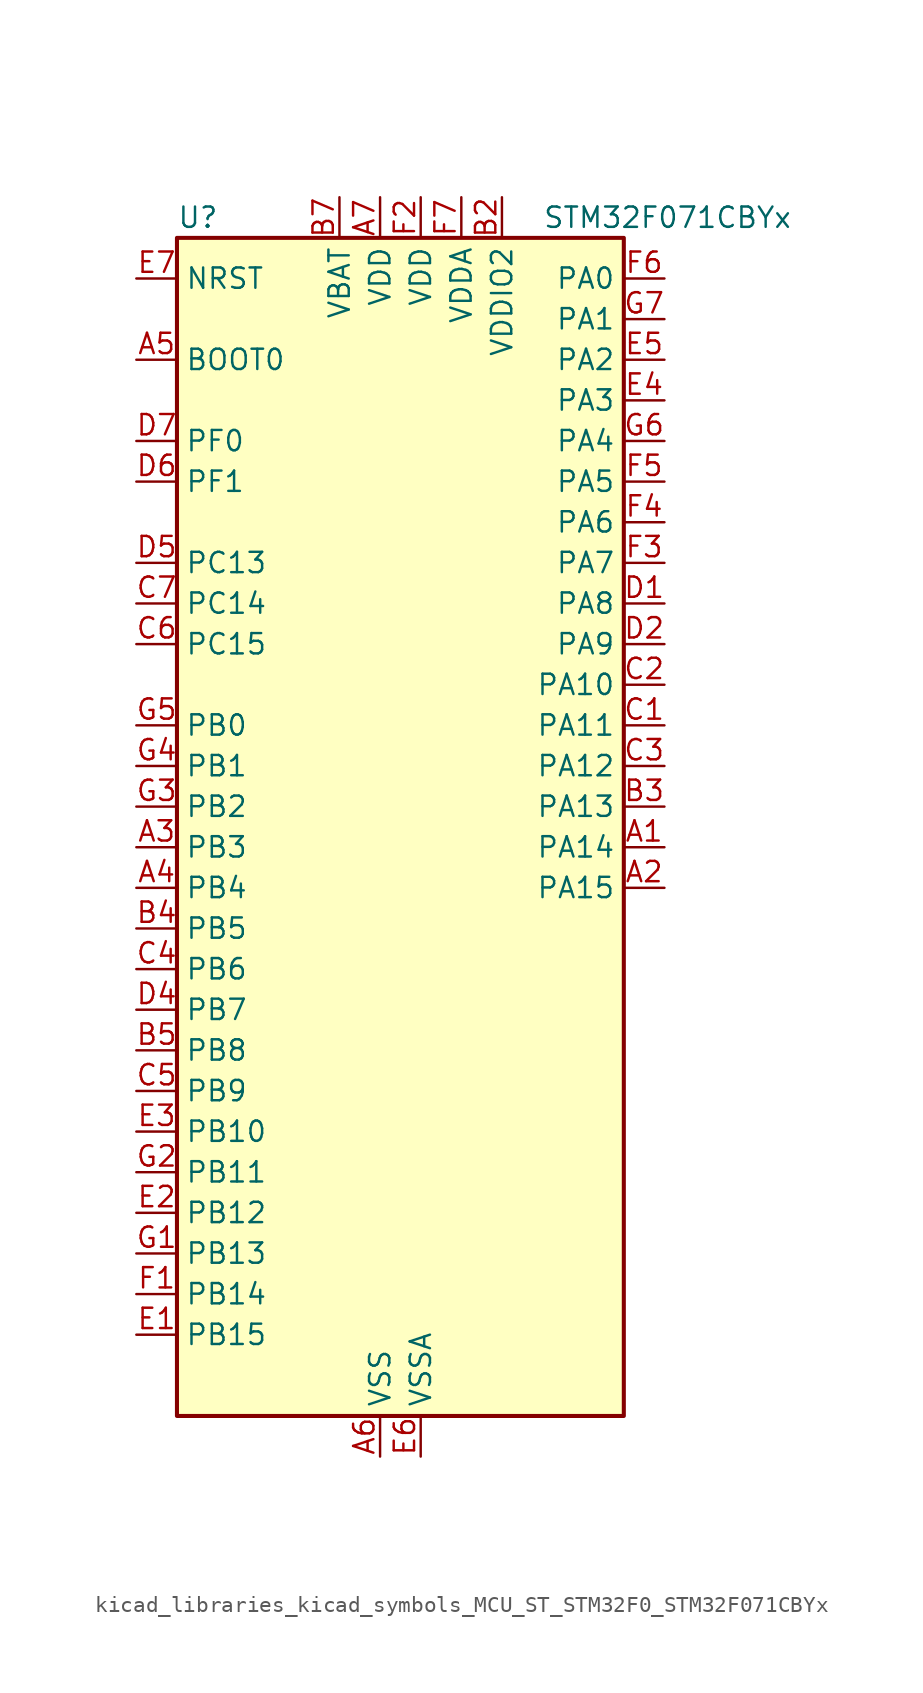
<source format=kicad_sym>
(kicad_symbol_lib
  (version 20220914)
  (generator kicad_symbol_editor)
  (symbol "kicad_libraries_kicad_symbols_MCU_ST_STM32F0_STM32F071CBYx"
    (property "Reference" "U"
      (at -12.7 39.37 0)
      (effects (font (size 1.27 1.27)) (justify left)))
    (property "Value" "STM32F071CBYx"
      (at 10.16 39.37 0)
      (effects (font (size 1.27 1.27)) (justify left)))
    (property "ki_locked" ""
      (at 0 0 0)
      (effects (font (size 1.27 1.27))))
    (symbol "kicad_libraries_kicad_symbols_MCU_ST_STM32F0_STM32F071CBYx_0_1"
      (rectangle (start -12.7 -35.56) (end 15.24 38.1) (stroke (width 0.254) (type default)) (fill (type background))))
    (symbol "kicad_libraries_kicad_symbols_MCU_ST_STM32F0_STM32F071CBYx_1_1"
      (pin bidirectional line (at 17.78 0 180) (length 2.54) (name "PA14" (effects (font (size 1.27 1.27)))) (number "A1" (effects (font (size 1.27 1.27)))) (alternate "SYS_SWCLK" bidirectional line) (alternate "USART2_TX" bidirectional line))
      (pin bidirectional line (at 17.78 -2.54 180) (length 2.54) (name "PA15" (effects (font (size 1.27 1.27)))) (number "A2" (effects (font (size 1.27 1.27)))) (alternate "I2S1_WS" bidirectional line) (alternate "SPI1_NSS" bidirectional line) (alternate "TIM2_CH1" bidirectional line) (alternate "TIM2_ETR" bidirectional line) (alternate "USART2_RX" bidirectional line) (alternate "USART4_DE" bidirectional line) (alternate "USART4_RTS" bidirectional line))
      (pin bidirectional line (at -15.24 0 0) (length 2.54) (name "PB3" (effects (font (size 1.27 1.27)))) (number "A3" (effects (font (size 1.27 1.27)))) (alternate "I2S1_CK" bidirectional line) (alternate "SPI1_SCK" bidirectional line) (alternate "TIM2_CH2" bidirectional line) (alternate "TSC_G5_IO1" bidirectional line))
      (pin bidirectional line (at -15.24 -2.54 0) (length 2.54) (name "PB4" (effects (font (size 1.27 1.27)))) (number "A4" (effects (font (size 1.27 1.27)))) (alternate "I2S1_MCK" bidirectional line) (alternate "SPI1_MISO" bidirectional line) (alternate "TIM17_BKIN" bidirectional line) (alternate "TIM3_CH1" bidirectional line) (alternate "TSC_G5_IO2" bidirectional line))
      (pin input line (at -15.24 30.48 0) (length 2.54) (name "BOOT0" (effects (font (size 1.27 1.27)))) (number "A5" (effects (font (size 1.27 1.27)))))
      (pin power_in line (at 0 -38.1 90) (length 2.54) (name "VSS" (effects (font (size 1.27 1.27)))) (number "A6" (effects (font (size 1.27 1.27)))))
      (pin power_in line (at 0 40.64 270) (length 2.54) (name "VDD" (effects (font (size 1.27 1.27)))) (number "A7" (effects (font (size 1.27 1.27)))))
      (pin passive line (at 0 -38.1 90) (length 2.54) hide (name "VSS" (effects (font (size 1.27 1.27)))) (number "B1" (effects (font (size 1.27 1.27)))))
      (pin power_in line (at 7.62 40.64 270) (length 2.54) (name "VDDIO2" (effects (font (size 1.27 1.27)))) (number "B2" (effects (font (size 1.27 1.27)))))
      (pin bidirectional line (at 17.78 2.54 180) (length 2.54) (name "PA13" (effects (font (size 1.27 1.27)))) (number "B3" (effects (font (size 1.27 1.27)))) (alternate "IR_OUT" bidirectional line) (alternate "SYS_SWDIO" bidirectional line))
      (pin bidirectional line (at -15.24 -5.08 0) (length 2.54) (name "PB5" (effects (font (size 1.27 1.27)))) (number "B4" (effects (font (size 1.27 1.27)))) (alternate "I2C1_SMBA" bidirectional line) (alternate "I2S1_SD" bidirectional line) (alternate "SPI1_MOSI" bidirectional line) (alternate "SYS_WKUP6" bidirectional line) (alternate "TIM16_BKIN" bidirectional line) (alternate "TIM3_CH2" bidirectional line))
      (pin bidirectional line (at -15.24 -12.7 0) (length 2.54) (name "PB8" (effects (font (size 1.27 1.27)))) (number "B5" (effects (font (size 1.27 1.27)))) (alternate "CEC" bidirectional line) (alternate "I2C1_SCL" bidirectional line) (alternate "TIM16_CH1" bidirectional line) (alternate "TSC_SYNC" bidirectional line))
      (pin no_connect line (at -12.7 -35.56 0) (length 2.54) hide (name "NC" (effects (font (size 1.27 1.27)))) (number "B6" (effects (font (size 1.27 1.27)))))
      (pin power_in line (at -2.54 40.64 270) (length 2.54) (name "VBAT" (effects (font (size 1.27 1.27)))) (number "B7" (effects (font (size 1.27 1.27)))))
      (pin bidirectional line (at 17.78 7.62 180) (length 2.54) (name "PA11" (effects (font (size 1.27 1.27)))) (number "C1" (effects (font (size 1.27 1.27)))) (alternate "COMP1_OUT" bidirectional line) (alternate "TIM1_CH4" bidirectional line) (alternate "TSC_G4_IO3" bidirectional line) (alternate "USART1_CTS" bidirectional line))
      (pin bidirectional line (at 17.78 10.16 180) (length 2.54) (name "PA10" (effects (font (size 1.27 1.27)))) (number "C2" (effects (font (size 1.27 1.27)))) (alternate "TIM17_BKIN" bidirectional line) (alternate "TIM1_CH3" bidirectional line) (alternate "TSC_G4_IO2" bidirectional line) (alternate "USART1_RX" bidirectional line))
      (pin bidirectional line (at 17.78 5.08 180) (length 2.54) (name "PA12" (effects (font (size 1.27 1.27)))) (number "C3" (effects (font (size 1.27 1.27)))) (alternate "COMP2_OUT" bidirectional line) (alternate "TIM1_ETR" bidirectional line) (alternate "TSC_G4_IO4" bidirectional line) (alternate "USART1_DE" bidirectional line) (alternate "USART1_RTS" bidirectional line))
      (pin bidirectional line (at -15.24 -7.62 0) (length 2.54) (name "PB6" (effects (font (size 1.27 1.27)))) (number "C4" (effects (font (size 1.27 1.27)))) (alternate "I2C1_SCL" bidirectional line) (alternate "TIM16_CH1N" bidirectional line) (alternate "TSC_G5_IO3" bidirectional line) (alternate "USART1_TX" bidirectional line))
      (pin bidirectional line (at -15.24 -15.24 0) (length 2.54) (name "PB9" (effects (font (size 1.27 1.27)))) (number "C5" (effects (font (size 1.27 1.27)))) (alternate "DAC_EXTI9" bidirectional line) (alternate "I2C1_SDA" bidirectional line) (alternate "I2S2_WS" bidirectional line) (alternate "IR_OUT" bidirectional line) (alternate "SPI2_NSS" bidirectional line) (alternate "TIM17_CH1" bidirectional line))
      (pin bidirectional line (at -15.24 12.7 0) (length 2.54) (name "PC15" (effects (font (size 1.27 1.27)))) (number "C6" (effects (font (size 1.27 1.27)))) (alternate "RCC_OSC32_OUT" bidirectional line))
      (pin bidirectional line (at -15.24 15.24 0) (length 2.54) (name "PC14" (effects (font (size 1.27 1.27)))) (number "C7" (effects (font (size 1.27 1.27)))) (alternate "RCC_OSC32_IN" bidirectional line))
      (pin bidirectional line (at 17.78 15.24 180) (length 2.54) (name "PA8" (effects (font (size 1.27 1.27)))) (number "D1" (effects (font (size 1.27 1.27)))) (alternate "CRS_SYNC" bidirectional line) (alternate "RCC_MCO" bidirectional line) (alternate "TIM1_CH1" bidirectional line) (alternate "USART1_CK" bidirectional line))
      (pin bidirectional line (at 17.78 12.7 180) (length 2.54) (name "PA9" (effects (font (size 1.27 1.27)))) (number "D2" (effects (font (size 1.27 1.27)))) (alternate "DAC_EXTI9" bidirectional line) (alternate "TIM15_BKIN" bidirectional line) (alternate "TIM1_CH2" bidirectional line) (alternate "TSC_G4_IO1" bidirectional line) (alternate "USART1_TX" bidirectional line))
      (pin passive line (at 0 -38.1 90) (length 2.54) hide (name "VSS" (effects (font (size 1.27 1.27)))) (number "D3" (effects (font (size 1.27 1.27)))))
      (pin bidirectional line (at -15.24 -10.16 0) (length 2.54) (name "PB7" (effects (font (size 1.27 1.27)))) (number "D4" (effects (font (size 1.27 1.27)))) (alternate "I2C1_SDA" bidirectional line) (alternate "TIM17_CH1N" bidirectional line) (alternate "TSC_G5_IO4" bidirectional line) (alternate "USART1_RX" bidirectional line) (alternate "USART4_CTS" bidirectional line))
      (pin bidirectional line (at -15.24 17.78 0) (length 2.54) (name "PC13" (effects (font (size 1.27 1.27)))) (number "D5" (effects (font (size 1.27 1.27)))) (alternate "RTC_OUT_ALARM" bidirectional line) (alternate "RTC_OUT_CALIB" bidirectional line) (alternate "RTC_TAMP1" bidirectional line) (alternate "RTC_TS" bidirectional line) (alternate "SYS_WKUP2" bidirectional line))
      (pin bidirectional line (at -15.24 22.86 0) (length 2.54) (name "PF1" (effects (font (size 1.27 1.27)))) (number "D6" (effects (font (size 1.27 1.27)))) (alternate "RCC_OSC_OUT" bidirectional line))
      (pin bidirectional line (at -15.24 25.4 0) (length 2.54) (name "PF0" (effects (font (size 1.27 1.27)))) (number "D7" (effects (font (size 1.27 1.27)))) (alternate "CRS_SYNC" bidirectional line) (alternate "RCC_OSC_IN" bidirectional line))
      (pin bidirectional line (at -15.24 -30.48 0) (length 2.54) (name "PB15" (effects (font (size 1.27 1.27)))) (number "E1" (effects (font (size 1.27 1.27)))) (alternate "I2S2_SD" bidirectional line) (alternate "RTC_REFIN" bidirectional line) (alternate "SPI2_MOSI" bidirectional line) (alternate "SYS_WKUP7" bidirectional line) (alternate "TIM15_CH1N" bidirectional line) (alternate "TIM15_CH2" bidirectional line) (alternate "TIM1_CH3N" bidirectional line))
      (pin bidirectional line (at -15.24 -22.86 0) (length 2.54) (name "PB12" (effects (font (size 1.27 1.27)))) (number "E2" (effects (font (size 1.27 1.27)))) (alternate "I2S2_WS" bidirectional line) (alternate "SPI2_NSS" bidirectional line) (alternate "TIM15_BKIN" bidirectional line) (alternate "TIM1_BKIN" bidirectional line) (alternate "TSC_G6_IO2" bidirectional line) (alternate "USART3_CK" bidirectional line))
      (pin bidirectional line (at -15.24 -17.78 0) (length 2.54) (name "PB10" (effects (font (size 1.27 1.27)))) (number "E3" (effects (font (size 1.27 1.27)))) (alternate "CEC" bidirectional line) (alternate "I2C2_SCL" bidirectional line) (alternate "I2S2_CK" bidirectional line) (alternate "SPI2_SCK" bidirectional line) (alternate "TIM2_CH3" bidirectional line) (alternate "TSC_SYNC" bidirectional line) (alternate "USART3_TX" bidirectional line))
      (pin bidirectional line (at 17.78 27.94 180) (length 2.54) (name "PA3" (effects (font (size 1.27 1.27)))) (number "E4" (effects (font (size 1.27 1.27)))) (alternate "ADC_IN3" bidirectional line) (alternate "COMP2_INP" bidirectional line) (alternate "TIM15_CH2" bidirectional line) (alternate "TIM2_CH4" bidirectional line) (alternate "TSC_G1_IO4" bidirectional line) (alternate "USART2_RX" bidirectional line))
      (pin bidirectional line (at 17.78 30.48 180) (length 2.54) (name "PA2" (effects (font (size 1.27 1.27)))) (number "E5" (effects (font (size 1.27 1.27)))) (alternate "ADC_IN2" bidirectional line) (alternate "COMP2_INM" bidirectional line) (alternate "COMP2_OUT" bidirectional line) (alternate "SYS_WKUP4" bidirectional line) (alternate "TIM15_CH1" bidirectional line) (alternate "TIM2_CH3" bidirectional line) (alternate "TSC_G1_IO3" bidirectional line) (alternate "USART2_TX" bidirectional line))
      (pin power_in line (at 2.54 -38.1 90) (length 2.54) (name "VSSA" (effects (font (size 1.27 1.27)))) (number "E6" (effects (font (size 1.27 1.27)))))
      (pin input line (at -15.24 35.56 0) (length 2.54) (name "NRST" (effects (font (size 1.27 1.27)))) (number "E7" (effects (font (size 1.27 1.27)))))
      (pin bidirectional line (at -15.24 -27.94 0) (length 2.54) (name "PB14" (effects (font (size 1.27 1.27)))) (number "F1" (effects (font (size 1.27 1.27)))) (alternate "I2C2_SDA" bidirectional line) (alternate "I2S2_MCK" bidirectional line) (alternate "SPI2_MISO" bidirectional line) (alternate "TIM15_CH1" bidirectional line) (alternate "TIM1_CH2N" bidirectional line) (alternate "TSC_G6_IO4" bidirectional line) (alternate "USART3_DE" bidirectional line) (alternate "USART3_RTS" bidirectional line))
      (pin power_in line (at 2.54 40.64 270) (length 2.54) (name "VDD" (effects (font (size 1.27 1.27)))) (number "F2" (effects (font (size 1.27 1.27)))))
      (pin bidirectional line (at 17.78 17.78 180) (length 2.54) (name "PA7" (effects (font (size 1.27 1.27)))) (number "F3" (effects (font (size 1.27 1.27)))) (alternate "ADC_IN7" bidirectional line) (alternate "COMP2_OUT" bidirectional line) (alternate "I2S1_SD" bidirectional line) (alternate "SPI1_MOSI" bidirectional line) (alternate "TIM14_CH1" bidirectional line) (alternate "TIM17_CH1" bidirectional line) (alternate "TIM1_CH1N" bidirectional line) (alternate "TIM3_CH2" bidirectional line) (alternate "TSC_G2_IO4" bidirectional line))
      (pin bidirectional line (at 17.78 20.32 180) (length 2.54) (name "PA6" (effects (font (size 1.27 1.27)))) (number "F4" (effects (font (size 1.27 1.27)))) (alternate "ADC_IN6" bidirectional line) (alternate "COMP1_OUT" bidirectional line) (alternate "I2S1_MCK" bidirectional line) (alternate "SPI1_MISO" bidirectional line) (alternate "TIM16_CH1" bidirectional line) (alternate "TIM1_BKIN" bidirectional line) (alternate "TIM3_CH1" bidirectional line) (alternate "TSC_G2_IO3" bidirectional line) (alternate "USART3_CTS" bidirectional line))
      (pin bidirectional line (at 17.78 22.86 180) (length 2.54) (name "PA5" (effects (font (size 1.27 1.27)))) (number "F5" (effects (font (size 1.27 1.27)))) (alternate "ADC_IN5" bidirectional line) (alternate "CEC" bidirectional line) (alternate "COMP1_INM" bidirectional line) (alternate "COMP2_INM" bidirectional line) (alternate "DAC_OUT2" bidirectional line) (alternate "I2S1_CK" bidirectional line) (alternate "SPI1_SCK" bidirectional line) (alternate "TIM2_CH1" bidirectional line) (alternate "TIM2_ETR" bidirectional line) (alternate "TSC_G2_IO2" bidirectional line))
      (pin bidirectional line (at 17.78 35.56 180) (length 2.54) (name "PA0" (effects (font (size 1.27 1.27)))) (number "F6" (effects (font (size 1.27 1.27)))) (alternate "ADC_IN0" bidirectional line) (alternate "COMP1_INM" bidirectional line) (alternate "COMP1_OUT" bidirectional line) (alternate "RTC_TAMP2" bidirectional line) (alternate "SYS_WKUP1" bidirectional line) (alternate "TIM2_CH1" bidirectional line) (alternate "TIM2_ETR" bidirectional line) (alternate "TSC_G1_IO1" bidirectional line) (alternate "USART2_CTS" bidirectional line) (alternate "USART4_TX" bidirectional line))
      (pin power_in line (at 5.08 40.64 270) (length 2.54) (name "VDDA" (effects (font (size 1.27 1.27)))) (number "F7" (effects (font (size 1.27 1.27)))))
      (pin bidirectional line (at -15.24 -25.4 0) (length 2.54) (name "PB13" (effects (font (size 1.27 1.27)))) (number "G1" (effects (font (size 1.27 1.27)))) (alternate "I2C2_SCL" bidirectional line) (alternate "I2S2_CK" bidirectional line) (alternate "SPI2_SCK" bidirectional line) (alternate "TIM1_CH1N" bidirectional line) (alternate "TSC_G6_IO3" bidirectional line) (alternate "USART3_CTS" bidirectional line))
      (pin bidirectional line (at -15.24 -20.32 0) (length 2.54) (name "PB11" (effects (font (size 1.27 1.27)))) (number "G2" (effects (font (size 1.27 1.27)))) (alternate "I2C2_SDA" bidirectional line) (alternate "TIM2_CH4" bidirectional line) (alternate "TSC_G6_IO1" bidirectional line) (alternate "USART3_RX" bidirectional line))
      (pin bidirectional line (at -15.24 2.54 0) (length 2.54) (name "PB2" (effects (font (size 1.27 1.27)))) (number "G3" (effects (font (size 1.27 1.27)))) (alternate "TSC_G3_IO4" bidirectional line))
      (pin bidirectional line (at -15.24 5.08 0) (length 2.54) (name "PB1" (effects (font (size 1.27 1.27)))) (number "G4" (effects (font (size 1.27 1.27)))) (alternate "ADC_IN9" bidirectional line) (alternate "TIM14_CH1" bidirectional line) (alternate "TIM1_CH3N" bidirectional line) (alternate "TIM3_CH4" bidirectional line) (alternate "TSC_G3_IO3" bidirectional line) (alternate "USART3_DE" bidirectional line) (alternate "USART3_RTS" bidirectional line))
      (pin bidirectional line (at -15.24 7.62 0) (length 2.54) (name "PB0" (effects (font (size 1.27 1.27)))) (number "G5" (effects (font (size 1.27 1.27)))) (alternate "ADC_IN8" bidirectional line) (alternate "TIM1_CH2N" bidirectional line) (alternate "TIM3_CH3" bidirectional line) (alternate "TSC_G3_IO2" bidirectional line) (alternate "USART3_CK" bidirectional line))
      (pin bidirectional line (at 17.78 25.4 180) (length 2.54) (name "PA4" (effects (font (size 1.27 1.27)))) (number "G6" (effects (font (size 1.27 1.27)))) (alternate "ADC_IN4" bidirectional line) (alternate "COMP1_INM" bidirectional line) (alternate "COMP2_INM" bidirectional line) (alternate "DAC_OUT1" bidirectional line) (alternate "I2S1_WS" bidirectional line) (alternate "SPI1_NSS" bidirectional line) (alternate "TIM14_CH1" bidirectional line) (alternate "TSC_G2_IO1" bidirectional line) (alternate "USART2_CK" bidirectional line))
      (pin bidirectional line (at 17.78 33.02 180) (length 2.54) (name "PA1" (effects (font (size 1.27 1.27)))) (number "G7" (effects (font (size 1.27 1.27)))) (alternate "ADC_IN1" bidirectional line) (alternate "COMP1_INP" bidirectional line) (alternate "TIM15_CH1N" bidirectional line) (alternate "TIM2_CH2" bidirectional line) (alternate "TSC_G1_IO2" bidirectional line) (alternate "USART2_DE" bidirectional line) (alternate "USART2_RTS" bidirectional line) (alternate "USART4_RX" bidirectional line)))))
</source>
